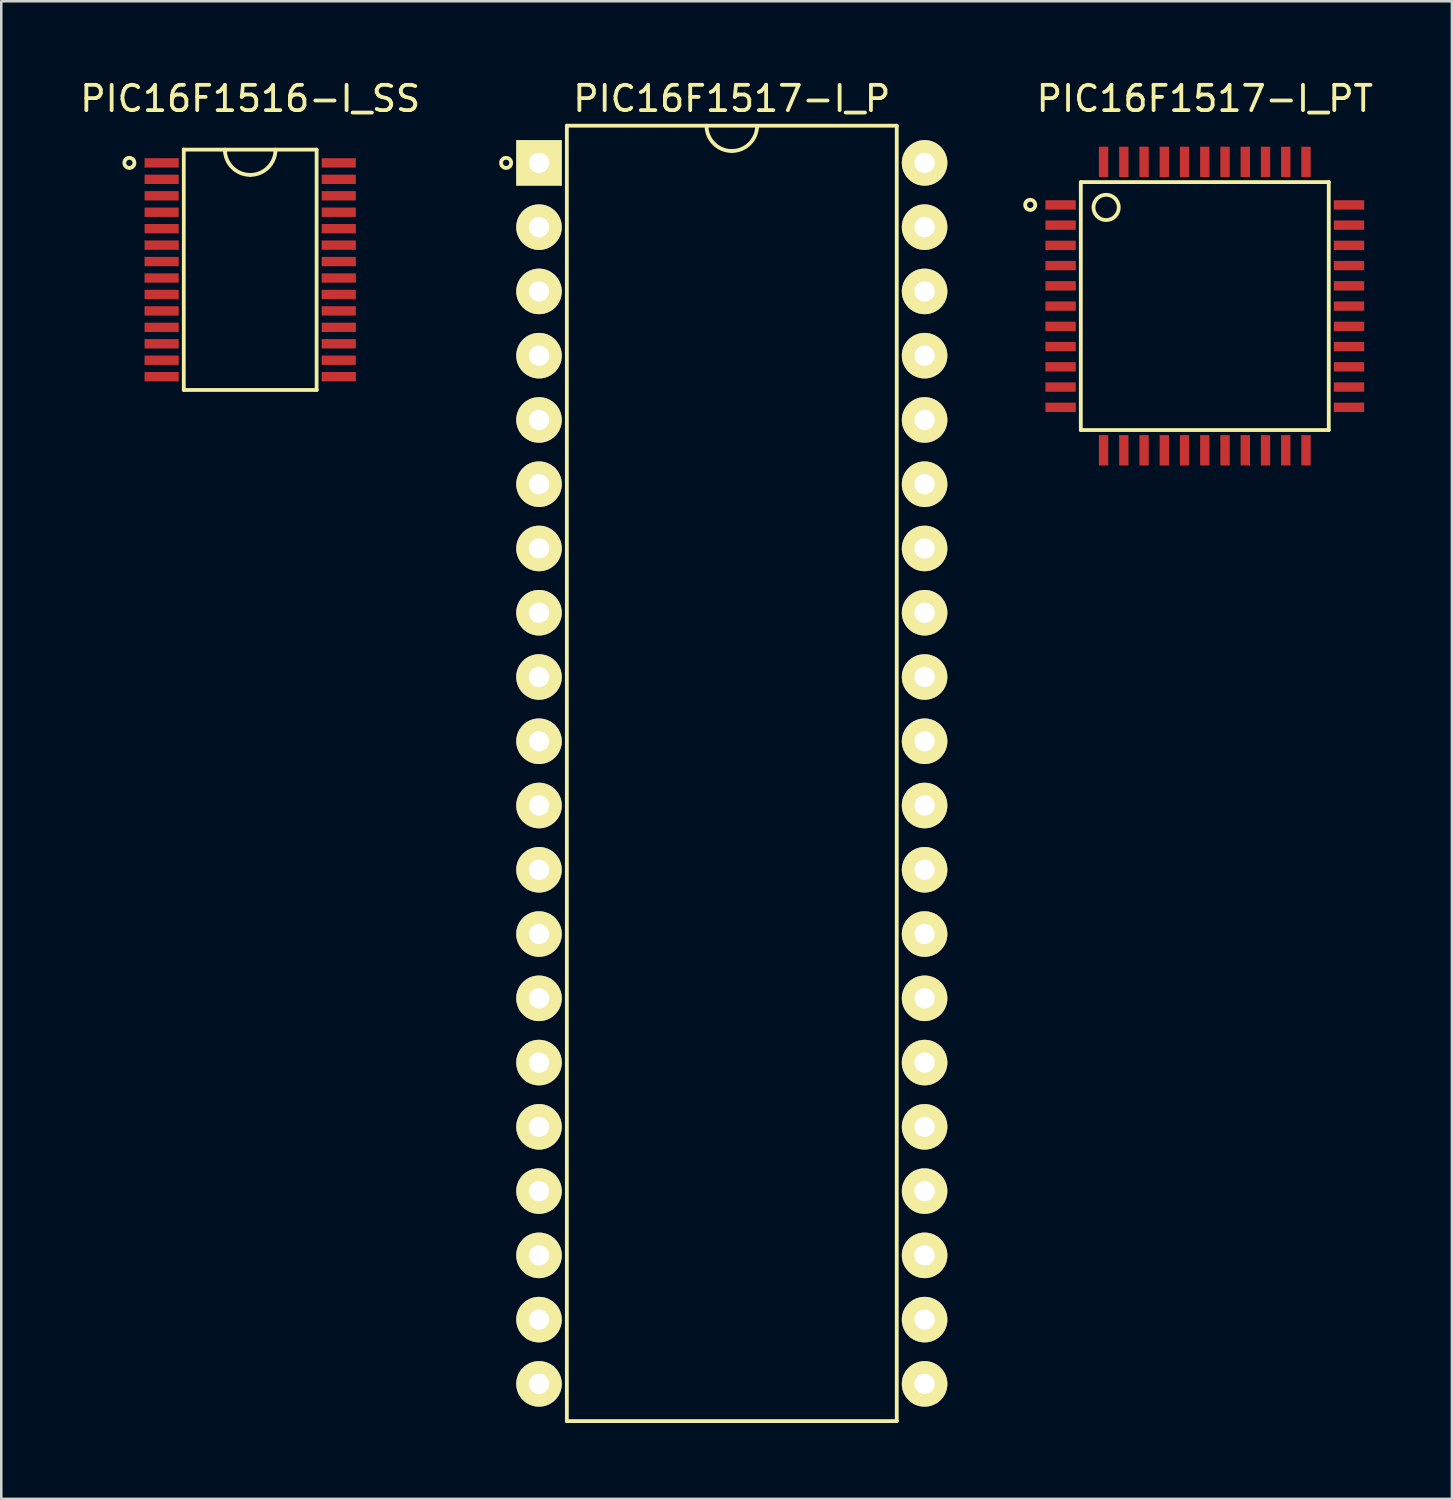
<source format=kicad_pcb>
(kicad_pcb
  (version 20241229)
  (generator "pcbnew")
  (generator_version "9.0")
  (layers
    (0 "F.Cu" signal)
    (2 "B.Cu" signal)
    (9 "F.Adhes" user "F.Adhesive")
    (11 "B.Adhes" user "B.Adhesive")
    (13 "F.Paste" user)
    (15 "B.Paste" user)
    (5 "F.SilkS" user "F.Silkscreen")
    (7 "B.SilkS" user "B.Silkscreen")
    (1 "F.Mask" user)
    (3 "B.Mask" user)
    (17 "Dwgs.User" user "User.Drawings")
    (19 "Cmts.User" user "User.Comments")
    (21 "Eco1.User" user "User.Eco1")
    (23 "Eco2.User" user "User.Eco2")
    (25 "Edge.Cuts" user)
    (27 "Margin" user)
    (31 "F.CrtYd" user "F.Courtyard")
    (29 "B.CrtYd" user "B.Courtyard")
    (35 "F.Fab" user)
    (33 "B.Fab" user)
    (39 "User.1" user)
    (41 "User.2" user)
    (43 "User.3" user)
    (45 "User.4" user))
  (footprint "PIC16F1517-I_P"
    (layer "F.Cu")
    (at 18.254 3.388)
    (property "Reference" "PIC16F1517-I_P" (at 7.62 -2.54 0) (layer "F.SilkS") (effects (font (size 1 1) (thickness 0.15))))
    (attr through_hole)
    (fp_line (start 1.1 -1.47) (end 14.14 -1.47) (stroke (width 0.15) (type solid)) (layer "F.SilkS"))
    (fp_line (start 1.1 49.73) (end 1.1 -1.47) (stroke (width 0.15) (type solid)) (layer "F.SilkS"))
    (fp_line (start 14.14 -1.47) (end 14.14 49.73) (stroke (width 0.15) (type solid)) (layer "F.SilkS"))
    (fp_line (start 14.14 49.73) (end 1.1 49.73) (stroke (width 0.15) (type solid)) (layer "F.SilkS"))
    (fp_arc (start 7.62 -0.47) (mid 6.912893 -0.762893) (end 6.62 -1.47) (stroke (width 0.15) (type solid)) (layer "F.SilkS"))
    (fp_arc (start 8.62 -1.47) (mid 8.327107 -0.762893) (end 7.62 -0.47) (stroke (width 0.15) (type solid)) (layer "F.SilkS"))
    (fp_circle (center -1.3 0) (end -1.3 0.2) (stroke (width 0.15) (type solid)) (fill no) (layer "F.SilkS"))
    (pad "1" thru_hole rect (at 0 0) (size 1.8 1.8) (drill 0.8) (layers "*.Cu" "*.Mask" "F.SilkS"))
    (pad "2" thru_hole circle (at 0 2.54) (size 1.8 1.8) (drill 0.8) (layers "*.Cu" "*.Mask" "F.SilkS"))
    (pad "3" thru_hole circle (at 0 5.08) (size 1.8 1.8) (drill 0.8) (layers "*.Cu" "*.Mask" "F.SilkS"))
    (pad "4" thru_hole circle (at 0 7.62) (size 1.8 1.8) (drill 0.8) (layers "*.Cu" "*.Mask" "F.SilkS"))
    (pad "5" thru_hole circle (at 0 10.16) (size 1.8 1.8) (drill 0.8) (layers "*.Cu" "*.Mask" "F.SilkS"))
    (pad "6" thru_hole circle (at 0 12.7) (size 1.8 1.8) (drill 0.8) (layers "*.Cu" "*.Mask" "F.SilkS"))
    (pad "7" thru_hole circle (at 0 15.24) (size 1.8 1.8) (drill 0.8) (layers "*.Cu" "*.Mask" "F.SilkS"))
    (pad "8" thru_hole circle (at 0 17.78) (size 1.8 1.8) (drill 0.8) (layers "*.Cu" "*.Mask" "F.SilkS"))
    (pad "9" thru_hole circle (at 0 20.32) (size 1.8 1.8) (drill 0.8) (layers "*.Cu" "*.Mask" "F.SilkS"))
    (pad "10" thru_hole circle (at 0 22.86) (size 1.8 1.8) (drill 0.8) (layers "*.Cu" "*.Mask" "F.SilkS"))
    (pad "11" thru_hole circle (at 0 25.4) (size 1.8 1.8) (drill 0.8) (layers "*.Cu" "*.Mask" "F.SilkS"))
    (pad "12" thru_hole circle (at 0 27.94) (size 1.8 1.8) (drill 0.8) (layers "*.Cu" "*.Mask" "F.SilkS"))
    (pad "13" thru_hole circle (at 0 30.48) (size 1.8 1.8) (drill 0.8) (layers "*.Cu" "*.Mask" "F.SilkS"))
    (pad "14" thru_hole circle (at 0 33.02) (size 1.8 1.8) (drill 0.8) (layers "*.Cu" "*.Mask" "F.SilkS"))
    (pad "15" thru_hole circle (at 0 35.56) (size 1.8 1.8) (drill 0.8) (layers "*.Cu" "*.Mask" "F.SilkS"))
    (pad "16" thru_hole circle (at 0 38.1) (size 1.8 1.8) (drill 0.8) (layers "*.Cu" "*.Mask" "F.SilkS"))
    (pad "17" thru_hole circle (at 0 40.64) (size 1.8 1.8) (drill 0.8) (layers "*.Cu" "*.Mask" "F.SilkS"))
    (pad "18" thru_hole circle (at 0 43.18) (size 1.8 1.8) (drill 0.8) (layers "*.Cu" "*.Mask" "F.SilkS"))
    (pad "19" thru_hole circle (at 0 45.72) (size 1.8 1.8) (drill 0.8) (layers "*.Cu" "*.Mask" "F.SilkS"))
    (pad "20" thru_hole circle (at 0 48.26) (size 1.8 1.8) (drill 0.8) (layers "*.Cu" "*.Mask" "F.SilkS"))
    (pad "21" thru_hole circle (at 15.24 48.26) (size 1.8 1.8) (drill 0.8) (layers "*.Cu" "*.Mask" "F.SilkS"))
    (pad "22" thru_hole circle (at 15.24 45.72) (size 1.8 1.8) (drill 0.8) (layers "*.Cu" "*.Mask" "F.SilkS"))
    (pad "23" thru_hole circle (at 15.24 43.18) (size 1.8 1.8) (drill 0.8) (layers "*.Cu" "*.Mask" "F.SilkS"))
    (pad "24" thru_hole circle (at 15.24 40.64) (size 1.8 1.8) (drill 0.8) (layers "*.Cu" "*.Mask" "F.SilkS"))
    (pad "25" thru_hole circle (at 15.24 38.1) (size 1.8 1.8) (drill 0.8) (layers "*.Cu" "*.Mask" "F.SilkS"))
    (pad "26" thru_hole circle (at 15.24 35.56) (size 1.8 1.8) (drill 0.8) (layers "*.Cu" "*.Mask" "F.SilkS"))
    (pad "27" thru_hole circle (at 15.24 33.02) (size 1.8 1.8) (drill 0.8) (layers "*.Cu" "*.Mask" "F.SilkS"))
    (pad "28" thru_hole circle (at 15.24 30.48) (size 1.8 1.8) (drill 0.8) (layers "*.Cu" "*.Mask" "F.SilkS"))
    (pad "29" thru_hole circle (at 15.24 27.94) (size 1.8 1.8) (drill 0.8) (layers "*.Cu" "*.Mask" "F.SilkS"))
    (pad "30" thru_hole circle (at 15.24 25.4) (size 1.8 1.8) (drill 0.8) (layers "*.Cu" "*.Mask" "F.SilkS"))
    (pad "31" thru_hole circle (at 15.24 22.86) (size 1.8 1.8) (drill 0.8) (layers "*.Cu" "*.Mask" "F.SilkS"))
    (pad "32" thru_hole circle (at 15.24 20.32) (size 1.8 1.8) (drill 0.8) (layers "*.Cu" "*.Mask" "F.SilkS"))
    (pad "33" thru_hole circle (at 15.24 17.78) (size 1.8 1.8) (drill 0.8) (layers "*.Cu" "*.Mask" "F.SilkS"))
    (pad "34" thru_hole circle (at 15.24 15.24) (size 1.8 1.8) (drill 0.8) (layers "*.Cu" "*.Mask" "F.SilkS"))
    (pad "35" thru_hole circle (at 15.24 12.7) (size 1.8 1.8) (drill 0.8) (layers "*.Cu" "*.Mask" "F.SilkS"))
    (pad "36" thru_hole circle (at 15.24 10.16) (size 1.8 1.8) (drill 0.8) (layers "*.Cu" "*.Mask" "F.SilkS"))
    (pad "37" thru_hole circle (at 15.24 7.62) (size 1.8 1.8) (drill 0.8) (layers "*.Cu" "*.Mask" "F.SilkS"))
    (pad "38" thru_hole circle (at 15.24 5.08) (size 1.8 1.8) (drill 0.8) (layers "*.Cu" "*.Mask" "F.SilkS"))
    (pad "39" thru_hole circle (at 15.24 2.54) (size 1.8 1.8) (drill 0.8) (layers "*.Cu" "*.Mask" "F.SilkS"))
    (pad "40" thru_hole circle (at 15.24 0) (size 1.8 1.8) (drill 0.8) (layers "*.Cu" "*.Mask" "F.SilkS")))
  (footprint "PIC16F1517-I_PT"
    (layer "F.Cu")
    (at 38.869 3.348)
    (property "Reference" "PIC16F1517-I_PT" (at 5.7 -2.5 0) (layer "F.SilkS") (effects (font (size 1 1) (thickness 0.15))))
    (attr through_hole)
    (fp_line (start 0.8 0.8) (end 0.8 10.6) (stroke (width 0.15) (type solid)) (layer "F.SilkS"))
    (fp_line (start 0.8 0.8) (end 10.6 0.8) (stroke (width 0.15) (type solid)) (layer "F.SilkS"))
    (fp_line (start 0.8 10.6) (end 10.6 10.6) (stroke (width 0.15) (type solid)) (layer "F.SilkS"))
    (fp_line (start 10.6 10.6) (end 10.6 0.8) (stroke (width 0.15) (type solid)) (layer "F.SilkS"))
    (fp_circle (center -1.2 1.7) (end -1.2 1.5) (stroke (width 0.15) (type solid)) (fill no) (layer "F.SilkS"))
    (fp_circle (center 1.8 1.8) (end 1.8 1.3) (stroke (width 0.15) (type solid)) (fill no) (layer "F.SilkS"))
    (pad "1" smd rect (at 0 1.7) (size 1.2 0.37) (layers "F.Cu" "F.Mask" "F.Paste"))
    (pad "2" smd rect (at 0 2.5) (size 1.2 0.37) (layers "F.Cu" "F.Mask" "F.Paste"))
    (pad "3" smd rect (at 0 3.3) (size 1.2 0.37) (layers "F.Cu" "F.Mask" "F.Paste"))
    (pad "4" smd rect (at 0 4.1) (size 1.2 0.37) (layers "F.Cu" "F.Mask" "F.Paste"))
    (pad "5" smd rect (at 0 4.9) (size 1.2 0.37) (layers "F.Cu" "F.Mask" "F.Paste"))
    (pad "6" smd rect (at 0 5.7) (size 1.2 0.37) (layers "F.Cu" "F.Mask" "F.Paste"))
    (pad "7" smd rect (at 0 6.5) (size 1.2 0.37) (layers "F.Cu" "F.Mask" "F.Paste"))
    (pad "8" smd rect (at 0 7.3) (size 1.2 0.37) (layers "F.Cu" "F.Mask" "F.Paste"))
    (pad "9" smd rect (at 0 8.1) (size 1.2 0.37) (layers "F.Cu" "F.Mask" "F.Paste"))
    (pad "10" smd rect (at 0 8.9) (size 1.2 0.37) (layers "F.Cu" "F.Mask" "F.Paste"))
    (pad "11" smd rect (at 0 9.7) (size 1.2 0.37) (layers "F.Cu" "F.Mask" "F.Paste"))
    (pad "12" smd rect (at 1.7 11.4) (size 0.37 1.2) (layers "F.Cu" "F.Mask" "F.Paste"))
    (pad "13" smd rect (at 2.5 11.4) (size 0.37 1.2) (layers "F.Cu" "F.Mask" "F.Paste"))
    (pad "14" smd rect (at 3.3 11.4) (size 0.37 1.2) (layers "F.Cu" "F.Mask" "F.Paste"))
    (pad "15" smd rect (at 4.1 11.4) (size 0.37 1.2) (layers "F.Cu" "F.Mask" "F.Paste"))
    (pad "16" smd rect (at 4.9 11.4) (size 0.37 1.2) (layers "F.Cu" "F.Mask" "F.Paste"))
    (pad "17" smd rect (at 5.7 11.4) (size 0.37 1.2) (layers "F.Cu" "F.Mask" "F.Paste"))
    (pad "18" smd rect (at 6.5 11.4) (size 0.37 1.2) (layers "F.Cu" "F.Mask" "F.Paste"))
    (pad "19" smd rect (at 7.3 11.4) (size 0.37 1.2) (layers "F.Cu" "F.Mask" "F.Paste"))
    (pad "20" smd rect (at 8.1 11.4) (size 0.37 1.2) (layers "F.Cu" "F.Mask" "F.Paste"))
    (pad "21" smd rect (at 8.9 11.4) (size 0.37 1.2) (layers "F.Cu" "F.Mask" "F.Paste"))
    (pad "22" smd rect (at 9.7 11.4) (size 0.37 1.2) (layers "F.Cu" "F.Mask" "F.Paste"))
    (pad "23" smd rect (at 11.4 9.7) (size 1.2 0.37) (layers "F.Cu" "F.Mask" "F.Paste"))
    (pad "24" smd rect (at 11.4 8.9) (size 1.2 0.37) (layers "F.Cu" "F.Mask" "F.Paste"))
    (pad "25" smd rect (at 11.4 8.1) (size 1.2 0.37) (layers "F.Cu" "F.Mask" "F.Paste"))
    (pad "26" smd rect (at 11.4 7.3) (size 1.2 0.37) (layers "F.Cu" "F.Mask" "F.Paste"))
    (pad "27" smd rect (at 11.4 6.5) (size 1.2 0.37) (layers "F.Cu" "F.Mask" "F.Paste"))
    (pad "28" smd rect (at 11.4 5.7) (size 1.2 0.37) (layers "F.Cu" "F.Mask" "F.Paste"))
    (pad "29" smd rect (at 11.4 4.9) (size 1.2 0.37) (layers "F.Cu" "F.Mask" "F.Paste"))
    (pad "30" smd rect (at 11.4 4.1) (size 1.2 0.37) (layers "F.Cu" "F.Mask" "F.Paste"))
    (pad "31" smd rect (at 11.4 3.3) (size 1.2 0.37) (layers "F.Cu" "F.Mask" "F.Paste"))
    (pad "32" smd rect (at 11.4 2.5) (size 1.2 0.37) (layers "F.Cu" "F.Mask" "F.Paste"))
    (pad "33" smd rect (at 11.4 1.7) (size 1.2 0.37) (layers "F.Cu" "F.Mask" "F.Paste"))
    (pad "34" smd rect (at 9.7 0) (size 0.37 1.2) (layers "F.Cu" "F.Mask" "F.Paste"))
    (pad "35" smd rect (at 8.9 0) (size 0.37 1.2) (layers "F.Cu" "F.Mask" "F.Paste"))
    (pad "36" smd rect (at 8.1 0) (size 0.37 1.2) (layers "F.Cu" "F.Mask" "F.Paste"))
    (pad "37" smd rect (at 7.3 0) (size 0.37 1.2) (layers "F.Cu" "F.Mask" "F.Paste"))
    (pad "38" smd rect (at 6.5 0) (size 0.37 1.2) (layers "F.Cu" "F.Mask" "F.Paste"))
    (pad "39" smd rect (at 5.7 0) (size 0.37 1.2) (layers "F.Cu" "F.Mask" "F.Paste"))
    (pad "40" smd rect (at 4.9 0) (size 0.37 1.2) (layers "F.Cu" "F.Mask" "F.Paste"))
    (pad "41" smd rect (at 4.1 0) (size 0.37 1.2) (layers "F.Cu" "F.Mask" "F.Paste"))
    (pad "42" smd rect (at 3.3 0) (size 0.37 1.2) (layers "F.Cu" "F.Mask" "F.Paste"))
    (pad "43" smd rect (at 2.5 0) (size 0.37 1.2) (layers "F.Cu" "F.Mask" "F.Paste"))
    (pad "44" smd rect (at 1.7 0) (size 0.37 1.2) (layers "F.Cu" "F.Mask" "F.Paste")))
  (footprint "PIC16F1516-I_SS"
    (layer "F.Cu")
    (at 3.339 3.388)
    (property "Reference" "PIC16F1516-I_SS" (at 3.5 -2.54 0) (layer "F.SilkS") (effects (font (size 1 1) (thickness 0.15))))
    (attr through_hole)
    (fp_line (start 0.875 -0.525) (end 6.125 -0.525) (stroke (width 0.15) (type solid)) (layer "F.SilkS"))
    (fp_line (start 0.875 8.975) (end 0.875 -0.525) (stroke (width 0.15) (type solid)) (layer "F.SilkS"))
    (fp_line (start 6.125 -0.525) (end 6.125 8.975) (stroke (width 0.15) (type solid)) (layer "F.SilkS"))
    (fp_line (start 6.125 8.975) (end 0.875 8.975) (stroke (width 0.15) (type solid)) (layer "F.SilkS"))
    (fp_arc (start 3.5 0.475) (mid 2.792893 0.182107) (end 2.5 -0.525) (stroke (width 0.15) (type solid)) (layer "F.SilkS"))
    (fp_arc (start 4.5 -0.525) (mid 4.207107 0.182107) (end 3.5 0.475) (stroke (width 0.15) (type solid)) (layer "F.SilkS"))
    (fp_circle (center -1.275 0) (end -1.275 0.2) (stroke (width 0.15) (type solid)) (fill no) (layer "F.SilkS"))
    (pad "1" smd rect (at 0 0) (size 1.35 0.37) (layers "F.Cu" "F.Mask" "F.Paste"))
    (pad "2" smd rect (at 0 0.65) (size 1.35 0.37) (layers "F.Cu" "F.Mask" "F.Paste"))
    (pad "3" smd rect (at 0 1.3) (size 1.35 0.37) (layers "F.Cu" "F.Mask" "F.Paste"))
    (pad "4" smd rect (at 0 1.95) (size 1.35 0.37) (layers "F.Cu" "F.Mask" "F.Paste"))
    (pad "5" smd rect (at 0 2.6) (size 1.35 0.37) (layers "F.Cu" "F.Mask" "F.Paste"))
    (pad "6" smd rect (at 0 3.25) (size 1.35 0.37) (layers "F.Cu" "F.Mask" "F.Paste"))
    (pad "7" smd rect (at 0 3.9) (size 1.35 0.37) (layers "F.Cu" "F.Mask" "F.Paste"))
    (pad "8" smd rect (at 0 4.55) (size 1.35 0.37) (layers "F.Cu" "F.Mask" "F.Paste"))
    (pad "9" smd rect (at 0 5.2) (size 1.35 0.37) (layers "F.Cu" "F.Mask" "F.Paste"))
    (pad "10" smd rect (at 0 5.85) (size 1.35 0.37) (layers "F.Cu" "F.Mask" "F.Paste"))
    (pad "11" smd rect (at 0 6.5) (size 1.35 0.37) (layers "F.Cu" "F.Mask" "F.Paste"))
    (pad "12" smd rect (at 0 7.15) (size 1.35 0.37) (layers "F.Cu" "F.Mask" "F.Paste"))
    (pad "13" smd rect (at 0 7.8) (size 1.35 0.37) (layers "F.Cu" "F.Mask" "F.Paste"))
    (pad "14" smd rect (at 0 8.45) (size 1.35 0.37) (layers "F.Cu" "F.Mask" "F.Paste"))
    (pad "15" smd rect (at 7 8.45) (size 1.35 0.37) (layers "F.Cu" "F.Mask" "F.Paste"))
    (pad "16" smd rect (at 7 7.8) (size 1.35 0.37) (layers "F.Cu" "F.Mask" "F.Paste"))
    (pad "17" smd rect (at 7 7.15) (size 1.35 0.37) (layers "F.Cu" "F.Mask" "F.Paste"))
    (pad "18" smd rect (at 7 6.5) (size 1.35 0.37) (layers "F.Cu" "F.Mask" "F.Paste"))
    (pad "19" smd rect (at 7 5.85) (size 1.35 0.37) (layers "F.Cu" "F.Mask" "F.Paste"))
    (pad "20" smd rect (at 7 5.2) (size 1.35 0.37) (layers "F.Cu" "F.Mask" "F.Paste"))
    (pad "21" smd rect (at 7 4.55) (size 1.35 0.37) (layers "F.Cu" "F.Mask" "F.Paste"))
    (pad "22" smd rect (at 7 3.9) (size 1.35 0.37) (layers "F.Cu" "F.Mask" "F.Paste"))
    (pad "23" smd rect (at 7 3.25) (size 1.35 0.37) (layers "F.Cu" "F.Mask" "F.Paste"))
    (pad "24" smd rect (at 7 2.6) (size 1.35 0.37) (layers "F.Cu" "F.Mask" "F.Paste"))
    (pad "25" smd rect (at 7 1.95) (size 1.35 0.37) (layers "F.Cu" "F.Mask" "F.Paste"))
    (pad "26" smd rect (at 7 1.3) (size 1.35 0.37) (layers "F.Cu" "F.Mask" "F.Paste"))
    (pad "27" smd rect (at 7 0.65) (size 1.35 0.37) (layers "F.Cu" "F.Mask" "F.Paste"))
    (pad "28" smd rect (at 7 0) (size 1.35 0.37) (layers "F.Cu" "F.Mask" "F.Paste")))
  (gr_rect
    (start -3 -3)
    (end 54.336 56.193)
    (stroke (width 0.1) (type default))
    (fill no)
    (layer "Edge.Cuts")))
</source>
